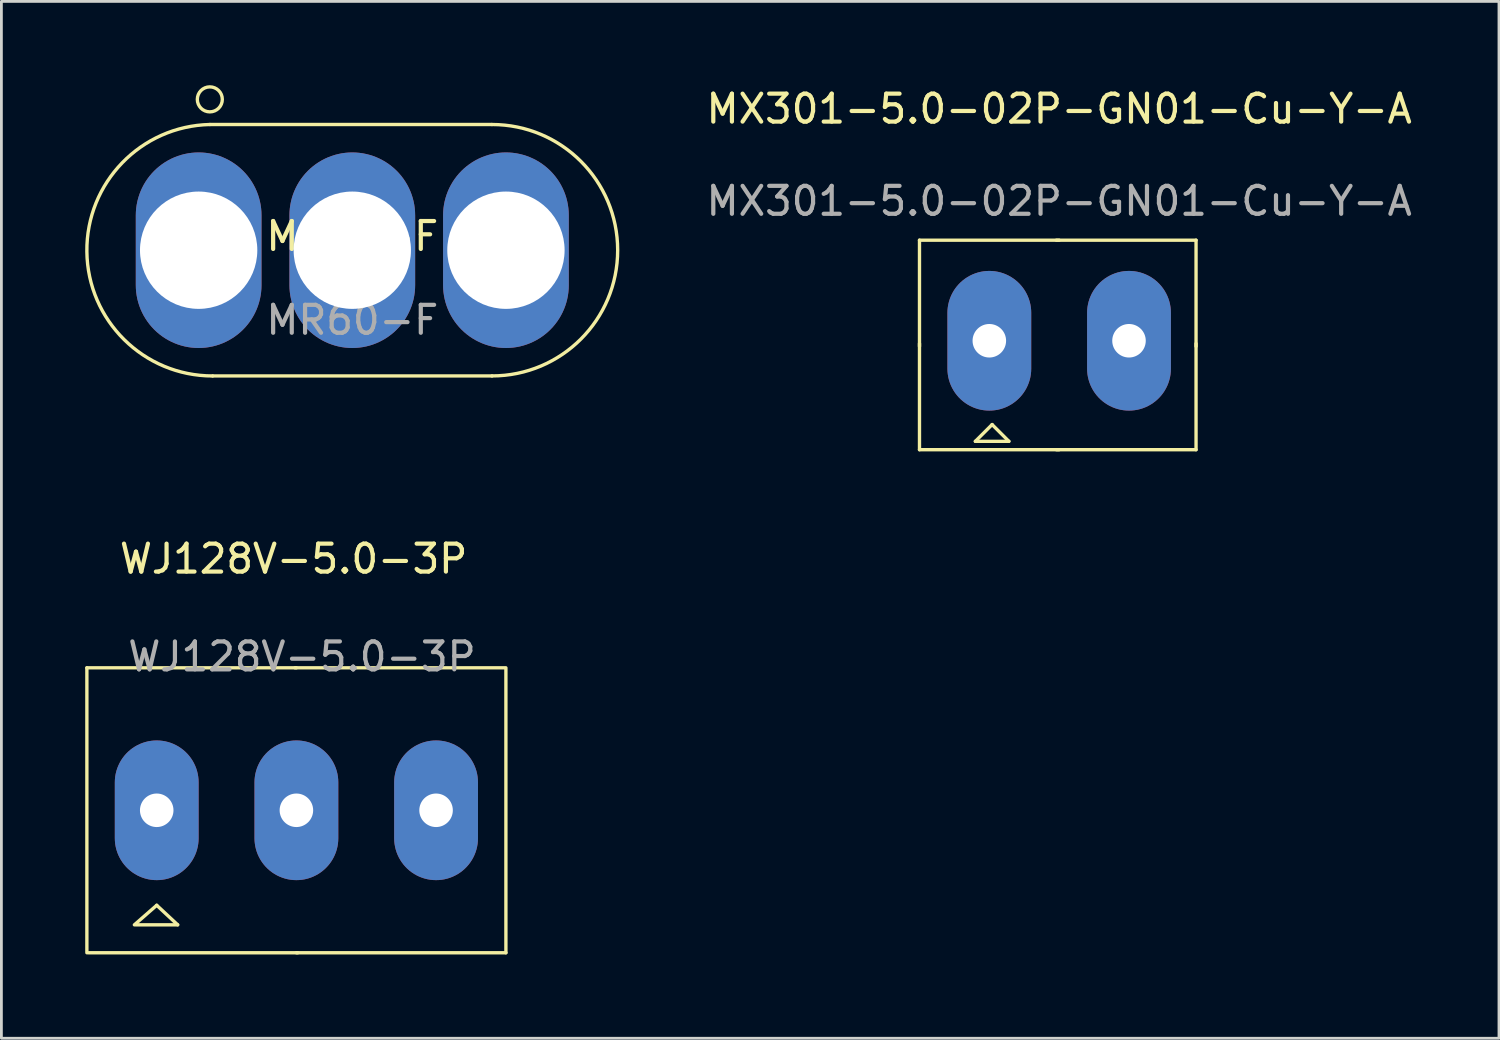
<source format=kicad_pcb>
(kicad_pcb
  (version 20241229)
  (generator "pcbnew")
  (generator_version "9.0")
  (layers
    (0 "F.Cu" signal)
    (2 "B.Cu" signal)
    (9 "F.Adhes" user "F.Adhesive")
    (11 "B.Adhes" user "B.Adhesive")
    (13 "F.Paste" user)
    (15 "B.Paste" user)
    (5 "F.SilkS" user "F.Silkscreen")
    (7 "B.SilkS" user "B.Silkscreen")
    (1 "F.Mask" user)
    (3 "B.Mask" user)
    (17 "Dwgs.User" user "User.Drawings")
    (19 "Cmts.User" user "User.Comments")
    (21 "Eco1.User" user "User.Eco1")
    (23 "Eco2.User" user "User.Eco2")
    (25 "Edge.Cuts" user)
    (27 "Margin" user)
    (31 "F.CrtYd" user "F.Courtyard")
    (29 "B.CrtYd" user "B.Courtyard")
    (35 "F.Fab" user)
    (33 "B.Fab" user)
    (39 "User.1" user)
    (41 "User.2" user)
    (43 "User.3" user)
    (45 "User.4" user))
  (footprint "MX301-5.0-02P-GN01-Cu-Y-A"
    (layer "F.Cu")
    (at 34.865 9.148)
    (property "Reference" "MX301-5.0-02P-GN01-Cu-Y-A" (at 0 -8.3 0) (unlocked yes) (layer "F.SilkS") (effects (font (size 1 1) (thickness 0.15))))
    (attr through_hole)
    (fp_line (start -5 -3.6) (end 0 -3.6) (stroke (width 0.12) (type default)) (layer "F.SilkS"))
    (fp_line (start -5 0.2) (end -5 -3.6) (stroke (width 0.12) (type default)) (layer "F.SilkS"))
    (fp_line (start -5 3.9) (end -5 0.1) (stroke (width 0.12) (type default)) (layer "F.SilkS"))
    (fp_line (start -5 3.9) (end 0 3.9) (stroke (width 0.12) (type default)) (layer "F.SilkS"))
    (fp_line (start -3 3.6) (end -1.8 3.6) (stroke (width 0.12) (type default)) (layer "F.SilkS"))
    (fp_line (start -2.4 3) (end -3 3.6) (stroke (width 0.12) (type default)) (layer "F.SilkS"))
    (fp_line (start -1.8 3.6) (end -2.4 3) (stroke (width 0.12) (type default)) (layer "F.SilkS"))
    (fp_line (start -0.1 -3.6) (end 4.9 -3.6) (stroke (width 0.12) (type default)) (layer "F.SilkS"))
    (fp_line (start -0.1 3.9) (end 4.9 3.9) (stroke (width 0.12) (type default)) (layer "F.SilkS"))
    (fp_line (start 4.9 0.2) (end 4.9 -3.6) (stroke (width 0.12) (type default)) (layer "F.SilkS"))
    (fp_line (start 4.9 3.9) (end 4.9 0.1) (stroke (width 0.12) (type default)) (layer "F.SilkS"))
    (fp_text user "${REFERENCE}" (at 0 -5 0) (unlocked yes) (layer "F.Fab") (effects (font (size 1 1) (thickness 0.15))))
    (pad "1" thru_hole oval (at -2.5 0) (size 3 5) (drill 1.2) (layers "*.Cu" "*.Mask"))
    (pad "2" thru_hole oval (at 2.5 0) (size 3 5) (drill 1.2) (layers "*.Cu" "*.Mask")))
  (footprint "WJ128V-5.0-3P"
    (layer "F.Cu")
    (at 7.56 25.956)
    (property "Reference" "WJ128V-5.0-3P" (at -0.1 -9 0) (unlocked yes) (layer "F.SilkS") (effects (font (size 1 1) (thickness 0.15))))
    (attr through_hole)
    (fp_line (start -7.5 5.1) (end -7.5 -5.1) (stroke (width 0.12) (type default)) (layer "F.SilkS"))
    (fp_line (start -5.75 4.1) (end -4.25 4.1) (stroke (width 0.12) (type default)) (layer "F.SilkS"))
    (fp_line (start -5 3.4) (end -5.8 4.1) (stroke (width 0.12) (type default)) (layer "F.SilkS"))
    (fp_line (start -4.25 4.1) (end -5 3.4) (stroke (width 0.12) (type default)) (layer "F.SilkS"))
    (fp_line (start 0 -5.1) (end -7.5 -5.1) (stroke (width 0.12) (type default)) (layer "F.SilkS"))
    (fp_line (start 0.05 5.1) (end -7.45 5.1) (stroke (width 0.12) (type default)) (layer "F.SilkS"))
    (fp_line (start 7.45 -5.1) (end -0.05 -5.1) (stroke (width 0.12) (type default)) (layer "F.SilkS"))
    (fp_line (start 7.5 5.1) (end 0 5.1) (stroke (width 0.12) (type default)) (layer "F.SilkS"))
    (fp_line (start 7.5 5.1) (end 7.5 -5.1) (stroke (width 0.12) (type default)) (layer "F.SilkS"))
    (fp_text user "${REFERENCE}" (at 0.2 -5.5 0) (unlocked yes) (layer "F.Fab") (effects (font (size 1 1) (thickness 0.15))))
    (pad "1" thru_hole oval (at -5 0) (size 3 5) (drill 1.2) (layers "*.Cu" "*.Mask"))
    (pad "2" thru_hole oval (at 0 0) (size 3 5) (drill 1.2) (layers "*.Cu" "*.Mask"))
    (pad "3" thru_hole oval (at 5 0) (size 3 5) (drill 1.2) (layers "*.Cu" "*.Mask")))
  (footprint "MR60-F"
    (layer "F.Cu")
    (at 9.561 5.907)
    (property "Reference" "MR60-F" (at 0 -0.5 0) (unlocked yes) (layer "F.SilkS") (effects (font (size 1 1) (thickness 0.15))))
    (attr smd)
    (fp_line (start -5.1 -4.5) (end 5 -4.5) (stroke (width 0.12) (type default)) (layer "F.SilkS"))
    (fp_line (start -5 4.501) (end 5 4.5) (stroke (width 0.12) (type default)) (layer "F.SilkS"))
    (fp_arc (start -5 4.50111) (mid -9.500832 0.050003) (end -5.1 -4.499999) (stroke (width 0.12) (type default)) (layer "F.SilkS"))
    (fp_arc (start 5 -4.5) (mid 9.5 0) (end 5 4.5) (stroke (width 0.12) (type default)) (layer "F.SilkS"))
    (fp_circle (center -5.1 -5.4) (end -4.7 -5.2) (stroke (width 0.12) (type default)) (fill no) (layer "F.SilkS"))
    (fp_text user "${REFERENCE}" (at 0 2.5 0) (unlocked yes) (layer "F.Fab") (effects (font (size 1 1) (thickness 0.15))))
    (pad "1" thru_hole oval (at -5.5 0) (size 4.5 7) (drill 4.2) (layers "*.Cu" "*.Mask"))
    (pad "2" thru_hole oval (at 0 0) (size 4.5 7) (drill 4.2) (layers "*.Cu" "*.Mask"))
    (pad "3" thru_hole oval (at 5.5 0) (size 4.5 7) (drill 4.2) (layers "*.Cu" "*.Mask")))
  (gr_rect
    (start -3 -3)
    (end 50.609 34.117)
    (stroke (width 0.1) (type default))
    (fill no)
    (layer "Edge.Cuts")))
</source>
